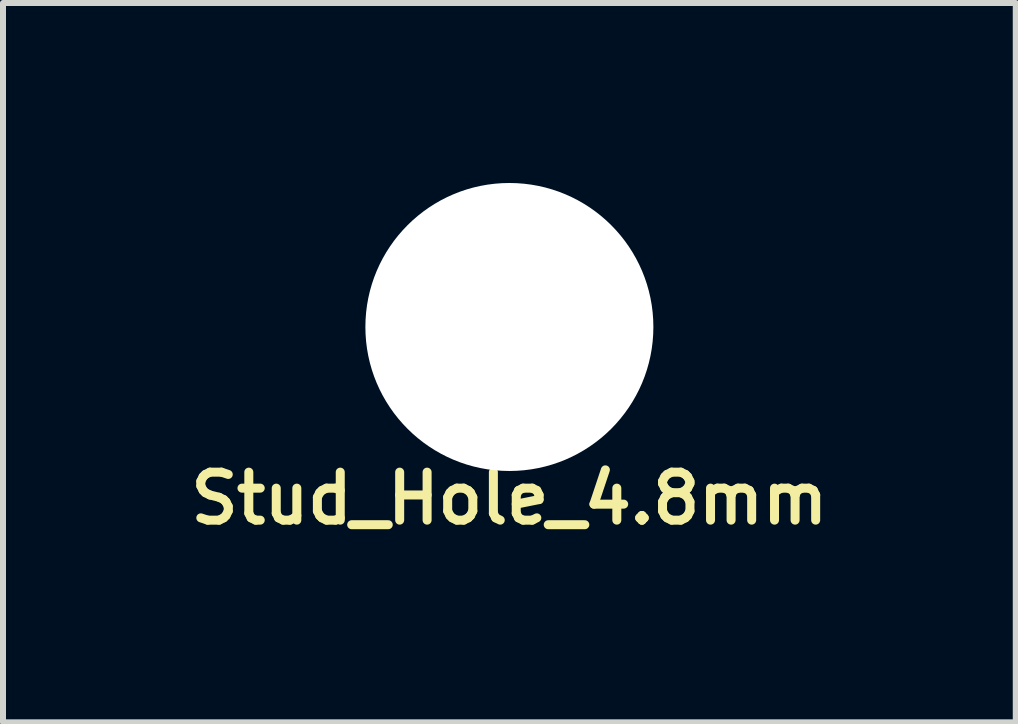
<source format=kicad_pcb>
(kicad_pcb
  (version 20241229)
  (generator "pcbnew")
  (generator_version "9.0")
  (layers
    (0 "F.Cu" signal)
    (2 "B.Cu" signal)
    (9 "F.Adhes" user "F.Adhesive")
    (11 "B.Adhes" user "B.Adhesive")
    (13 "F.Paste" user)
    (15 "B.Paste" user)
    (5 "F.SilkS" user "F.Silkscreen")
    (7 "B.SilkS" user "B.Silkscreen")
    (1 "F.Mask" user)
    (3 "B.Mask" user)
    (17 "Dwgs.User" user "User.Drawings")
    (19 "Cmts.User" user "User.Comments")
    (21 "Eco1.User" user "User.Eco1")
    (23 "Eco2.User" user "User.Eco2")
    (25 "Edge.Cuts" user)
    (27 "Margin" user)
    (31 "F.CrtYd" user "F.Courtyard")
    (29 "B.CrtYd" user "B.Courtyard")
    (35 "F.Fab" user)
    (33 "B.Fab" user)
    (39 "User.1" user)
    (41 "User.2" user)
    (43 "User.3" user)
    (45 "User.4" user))
  (footprint "Stud_Hole_4.8mm"
    (layer "F.Cu")
    (at 5.44 2.4)
    (property "Reference" "Stud_Hole_4.8mm" (at 0 2.857 0) (layer "F.SilkS") (effects (font (size 0.8 0.8) (thickness 0.15))))
    (attr through_hole)
    (pad "" np_thru_hole circle (at 0 0) (size 4.8 4.8) (drill 4.8) (layers "*.Cu" "*.Mask")))
  (gr_rect
    (start -3 -3)
    (end 13.88 8.989)
    (stroke (width 0.1) (type default))
    (fill no)
    (layer "Edge.Cuts")))
</source>
